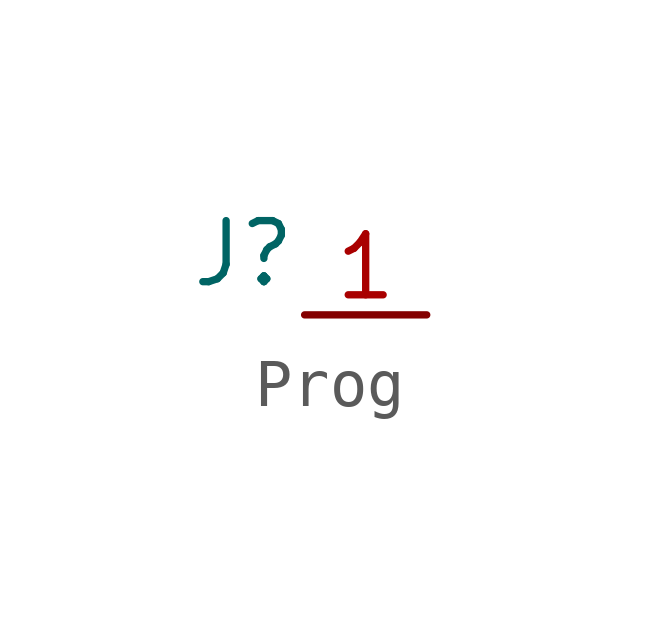
<source format=kicad_sym>
(kicad_symbol_lib
  (version 20220914)
  (generator kicad_symbol_editor)
  (symbol "Prog"
    (property "Reference" "J"
      (at -2.54 1.27 0)
      (effects (font (size 1.27 1.27))))
    (property "Value" ""
      (at 0 0 0)
      (effects (font (size 1.27 1.27))))
    (symbol "Prog_1_1"
      (pin bidirectional line (at 1.27 0 180) (length 2.54) (name "" (effects (font (size 1.27 1.27)))) (number "1" (effects (font (size 1.27 1.27))))))))
</source>
